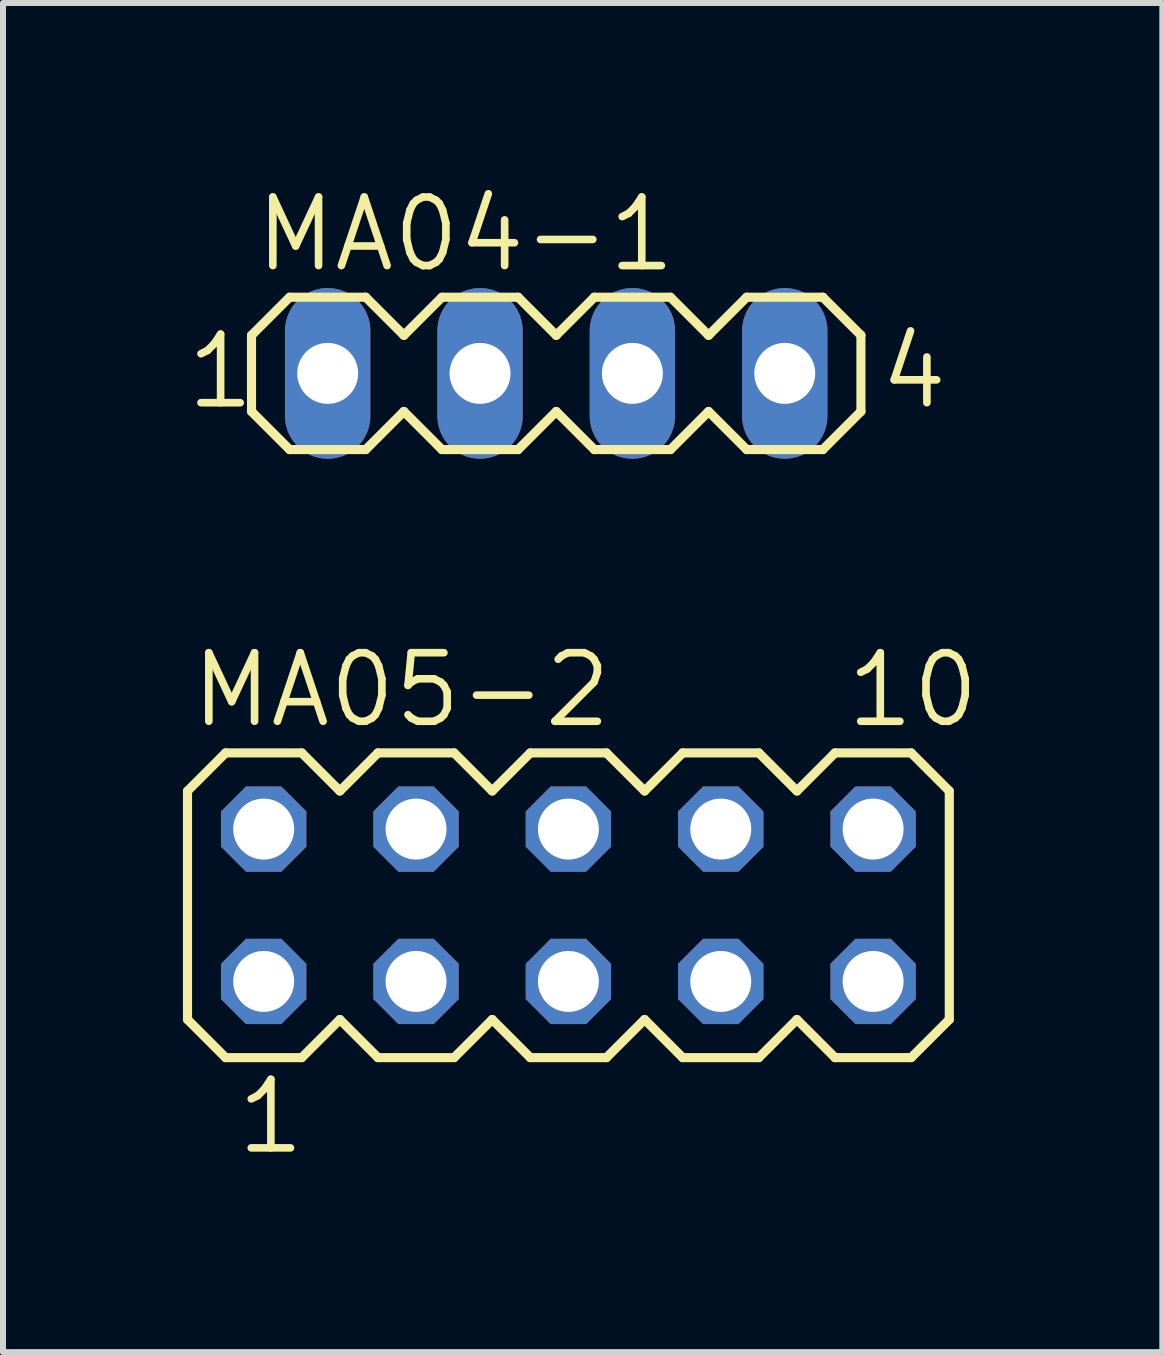
<source format=kicad_pcb>
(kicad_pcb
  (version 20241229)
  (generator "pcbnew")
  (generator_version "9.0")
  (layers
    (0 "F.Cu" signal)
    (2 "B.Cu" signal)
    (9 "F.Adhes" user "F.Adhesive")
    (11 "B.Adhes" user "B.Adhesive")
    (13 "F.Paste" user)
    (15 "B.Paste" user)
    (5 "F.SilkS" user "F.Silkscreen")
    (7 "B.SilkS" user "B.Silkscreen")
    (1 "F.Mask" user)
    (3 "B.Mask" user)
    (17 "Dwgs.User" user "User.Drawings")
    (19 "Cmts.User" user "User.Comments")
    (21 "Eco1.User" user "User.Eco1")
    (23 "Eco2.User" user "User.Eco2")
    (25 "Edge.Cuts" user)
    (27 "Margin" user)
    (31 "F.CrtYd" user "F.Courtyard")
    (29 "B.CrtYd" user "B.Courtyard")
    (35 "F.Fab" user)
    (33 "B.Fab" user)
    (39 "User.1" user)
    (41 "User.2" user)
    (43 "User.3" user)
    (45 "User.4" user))
  (footprint "MA04-1"
    (layer "F.Cu")
    (at 6.223 3.175)
    (property "Reference" "MA04-1" (at -5.08 -1.651 0) (layer "F.SilkS") (effects (font (size 1.143 1.143) (thickness 0.127)) (justify left bottom)))
    (fp_line (start -5.08 -0.635) (end -5.08 0.635) (stroke (width 0.152) (type solid)) (layer "F.SilkS"))
    (fp_line (start -5.08 0.635) (end -4.445 1.27) (stroke (width 0.152) (type solid)) (layer "F.SilkS"))
    (fp_line (start -4.445 -1.27) (end -5.08 -0.635) (stroke (width 0.152) (type solid)) (layer "F.SilkS"))
    (fp_line (start -4.445 -1.27) (end -3.175 -1.27) (stroke (width 0.152) (type solid)) (layer "F.SilkS"))
    (fp_line (start -3.175 -1.27) (end -2.54 -0.635) (stroke (width 0.152) (type solid)) (layer "F.SilkS"))
    (fp_line (start -3.175 1.27) (end -4.445 1.27) (stroke (width 0.152) (type solid)) (layer "F.SilkS"))
    (fp_line (start -2.54 -0.635) (end -1.905 -1.27) (stroke (width 0.152) (type solid)) (layer "F.SilkS"))
    (fp_line (start -2.54 0.635) (end -3.175 1.27) (stroke (width 0.152) (type solid)) (layer "F.SilkS"))
    (fp_line (start -1.905 -1.27) (end -0.635 -1.27) (stroke (width 0.152) (type solid)) (layer "F.SilkS"))
    (fp_line (start -1.905 1.27) (end -2.54 0.635) (stroke (width 0.152) (type solid)) (layer "F.SilkS"))
    (fp_line (start -0.635 -1.27) (end 0 -0.635) (stroke (width 0.152) (type solid)) (layer "F.SilkS"))
    (fp_line (start -0.635 1.27) (end -1.905 1.27) (stroke (width 0.152) (type solid)) (layer "F.SilkS"))
    (fp_line (start 0 -0.635) (end 0.635 -1.27) (stroke (width 0.152) (type solid)) (layer "F.SilkS"))
    (fp_line (start 0 0.635) (end -0.635 1.27) (stroke (width 0.152) (type solid)) (layer "F.SilkS"))
    (fp_line (start 0.635 -1.27) (end 1.905 -1.27) (stroke (width 0.152) (type solid)) (layer "F.SilkS"))
    (fp_line (start 0.635 1.27) (end 0 0.635) (stroke (width 0.152) (type solid)) (layer "F.SilkS"))
    (fp_line (start 1.905 -1.27) (end 2.54 -0.635) (stroke (width 0.152) (type solid)) (layer "F.SilkS"))
    (fp_line (start 1.905 1.27) (end 0.635 1.27) (stroke (width 0.152) (type solid)) (layer "F.SilkS"))
    (fp_line (start 2.54 0.635) (end 1.905 1.27) (stroke (width 0.152) (type solid)) (layer "F.SilkS"))
    (fp_line (start 2.54 0.635) (end 3.175 1.27) (stroke (width 0.152) (type solid)) (layer "F.SilkS"))
    (fp_line (start 3.175 -1.27) (end 2.54 -0.635) (stroke (width 0.152) (type solid)) (layer "F.SilkS"))
    (fp_line (start 3.175 -1.27) (end 4.445 -1.27) (stroke (width 0.152) (type solid)) (layer "F.SilkS"))
    (fp_line (start 4.445 -1.27) (end 5.08 -0.635) (stroke (width 0.152) (type solid)) (layer "F.SilkS"))
    (fp_line (start 4.445 1.27) (end 3.175 1.27) (stroke (width 0.152) (type solid)) (layer "F.SilkS"))
    (fp_line (start 5.08 -0.635) (end 5.08 0.635) (stroke (width 0.152) (type solid)) (layer "F.SilkS"))
    (fp_line (start 5.08 0.635) (end 4.445 1.27) (stroke (width 0.152) (type solid)) (layer "F.SilkS"))
    (fp_poly (pts (xy -4.064 0.254) (xy -3.556 0.254) (xy -3.556 -0.254) (xy -4.064 -0.254)) (stroke (width 0.1) (type solid)) (fill no) (layer "F.Fab"))
    (fp_poly (pts (xy -1.524 0.254) (xy -1.016 0.254) (xy -1.016 -0.254) (xy -1.524 -0.254)) (stroke (width 0.1) (type solid)) (fill no) (layer "F.Fab"))
    (fp_poly (pts (xy 1.016 0.254) (xy 1.524 0.254) (xy 1.524 -0.254) (xy 1.016 -0.254)) (stroke (width 0.1) (type solid)) (fill no) (layer "F.Fab"))
    (fp_poly (pts (xy 3.556 0.254) (xy 4.064 0.254) (xy 4.064 -0.254) (xy 3.556 -0.254)) (stroke (width 0.1) (type solid)) (fill no) (layer "F.Fab"))
    (fp_text user "4" (at 5.334 0.635 0) (layer "F.SilkS") (effects (font (size 1.143 1.143) (thickness 0.127)) (justify left bottom)))
    (fp_text user "1" (at -6.223 0.635 0) (layer "F.SilkS") (effects (font (size 1.143 1.143) (thickness 0.127)) (justify left bottom)))
    (pad "1" thru_hole oval (at -3.81 0 90) (size 2.845 1.422) (drill 1.016) (layers "*.Cu" "*.Mask"))
    (pad "2" thru_hole oval (at -1.27 0 90) (size 2.845 1.422) (drill 1.016) (layers "*.Cu" "*.Mask"))
    (pad "3" thru_hole oval (at 1.27 0 90) (size 2.845 1.422) (drill 1.016) (layers "*.Cu" "*.Mask"))
    (pad "4" thru_hole oval (at 3.81 0 90) (size 2.845 1.422) (drill 1.016) (layers "*.Cu" "*.Mask")))
  (footprint "MA05-2"
    (layer "F.Cu")
    (at 6.426 12.042)
    (property "Reference" "MA05-2" (at -6.35 -2.921 0) (layer "F.SilkS") (effects (font (size 1.143 1.143) (thickness 0.127)) (justify left bottom)))
    (fp_line (start -6.35 -1.905) (end -6.35 1.905) (stroke (width 0.152) (type solid)) (layer "F.SilkS"))
    (fp_line (start -6.35 1.905) (end -5.715 2.54) (stroke (width 0.152) (type solid)) (layer "F.SilkS"))
    (fp_line (start -5.715 -2.54) (end -6.35 -1.905) (stroke (width 0.152) (type solid)) (layer "F.SilkS"))
    (fp_line (start -5.715 -2.54) (end -4.445 -2.54) (stroke (width 0.152) (type solid)) (layer "F.SilkS"))
    (fp_line (start -4.445 -2.54) (end -3.81 -1.905) (stroke (width 0.152) (type solid)) (layer "F.SilkS"))
    (fp_line (start -4.445 2.54) (end -5.715 2.54) (stroke (width 0.152) (type solid)) (layer "F.SilkS"))
    (fp_line (start -3.81 -1.905) (end -3.175 -2.54) (stroke (width 0.152) (type solid)) (layer "F.SilkS"))
    (fp_line (start -3.81 1.905) (end -4.445 2.54) (stroke (width 0.152) (type solid)) (layer "F.SilkS"))
    (fp_line (start -3.175 -2.54) (end -1.905 -2.54) (stroke (width 0.152) (type solid)) (layer "F.SilkS"))
    (fp_line (start -3.175 2.54) (end -3.81 1.905) (stroke (width 0.152) (type solid)) (layer "F.SilkS"))
    (fp_line (start -1.905 -2.54) (end -1.27 -1.905) (stroke (width 0.152) (type solid)) (layer "F.SilkS"))
    (fp_line (start -1.905 2.54) (end -3.175 2.54) (stroke (width 0.152) (type solid)) (layer "F.SilkS"))
    (fp_line (start -1.27 -1.905) (end -0.635 -2.54) (stroke (width 0.152) (type solid)) (layer "F.SilkS"))
    (fp_line (start -1.27 1.905) (end -1.905 2.54) (stroke (width 0.152) (type solid)) (layer "F.SilkS"))
    (fp_line (start -0.635 -2.54) (end 0.635 -2.54) (stroke (width 0.152) (type solid)) (layer "F.SilkS"))
    (fp_line (start -0.635 2.54) (end -1.27 1.905) (stroke (width 0.152) (type solid)) (layer "F.SilkS"))
    (fp_line (start 0.635 -2.54) (end 1.27 -1.905) (stroke (width 0.152) (type solid)) (layer "F.SilkS"))
    (fp_line (start 0.635 2.54) (end -0.635 2.54) (stroke (width 0.152) (type solid)) (layer "F.SilkS"))
    (fp_line (start 1.27 1.905) (end 0.635 2.54) (stroke (width 0.152) (type solid)) (layer "F.SilkS"))
    (fp_line (start 1.27 1.905) (end 1.905 2.54) (stroke (width 0.152) (type solid)) (layer "F.SilkS"))
    (fp_line (start 1.905 -2.54) (end 1.27 -1.905) (stroke (width 0.152) (type solid)) (layer "F.SilkS"))
    (fp_line (start 1.905 -2.54) (end 3.175 -2.54) (stroke (width 0.152) (type solid)) (layer "F.SilkS"))
    (fp_line (start 3.175 -2.54) (end 3.81 -1.905) (stroke (width 0.152) (type solid)) (layer "F.SilkS"))
    (fp_line (start 3.175 2.54) (end 1.905 2.54) (stroke (width 0.152) (type solid)) (layer "F.SilkS"))
    (fp_line (start 3.81 -1.905) (end 4.445 -2.54) (stroke (width 0.152) (type solid)) (layer "F.SilkS"))
    (fp_line (start 3.81 1.905) (end 3.175 2.54) (stroke (width 0.152) (type solid)) (layer "F.SilkS"))
    (fp_line (start 4.445 -2.54) (end 5.715 -2.54) (stroke (width 0.152) (type solid)) (layer "F.SilkS"))
    (fp_line (start 4.445 2.54) (end 3.81 1.905) (stroke (width 0.152) (type solid)) (layer "F.SilkS"))
    (fp_line (start 5.715 -2.54) (end 6.35 -1.905) (stroke (width 0.152) (type solid)) (layer "F.SilkS"))
    (fp_line (start 5.715 2.54) (end 4.445 2.54) (stroke (width 0.152) (type solid)) (layer "F.SilkS"))
    (fp_line (start 6.35 -1.905) (end 6.35 1.905) (stroke (width 0.152) (type solid)) (layer "F.SilkS"))
    (fp_line (start 6.35 1.905) (end 5.715 2.54) (stroke (width 0.152) (type solid)) (layer "F.SilkS"))
    (fp_poly (pts (xy -5.334 -1.016) (xy -4.826 -1.016) (xy -4.826 -1.524) (xy -5.334 -1.524)) (stroke (width 0.1) (type solid)) (fill no) (layer "F.Fab"))
    (fp_poly (pts (xy -5.334 1.524) (xy -4.826 1.524) (xy -4.826 1.016) (xy -5.334 1.016)) (stroke (width 0.1) (type solid)) (fill no) (layer "F.Fab"))
    (fp_poly (pts (xy -2.794 -1.016) (xy -2.286 -1.016) (xy -2.286 -1.524) (xy -2.794 -1.524)) (stroke (width 0.1) (type solid)) (fill no) (layer "F.Fab"))
    (fp_poly (pts (xy -2.794 1.524) (xy -2.286 1.524) (xy -2.286 1.016) (xy -2.794 1.016)) (stroke (width 0.1) (type solid)) (fill no) (layer "F.Fab"))
    (fp_poly (pts (xy -0.254 -1.016) (xy 0.254 -1.016) (xy 0.254 -1.524) (xy -0.254 -1.524)) (stroke (width 0.1) (type solid)) (fill no) (layer "F.Fab"))
    (fp_poly (pts (xy -0.254 1.524) (xy 0.254 1.524) (xy 0.254 1.016) (xy -0.254 1.016)) (stroke (width 0.1) (type solid)) (fill no) (layer "F.Fab"))
    (fp_poly (pts (xy 2.286 -1.016) (xy 2.794 -1.016) (xy 2.794 -1.524) (xy 2.286 -1.524)) (stroke (width 0.1) (type solid)) (fill no) (layer "F.Fab"))
    (fp_poly (pts (xy 2.286 1.524) (xy 2.794 1.524) (xy 2.794 1.016) (xy 2.286 1.016)) (stroke (width 0.1) (type solid)) (fill no) (layer "F.Fab"))
    (fp_poly (pts (xy 4.826 -1.016) (xy 5.334 -1.016) (xy 5.334 -1.524) (xy 4.826 -1.524)) (stroke (width 0.1) (type solid)) (fill no) (layer "F.Fab"))
    (fp_poly (pts (xy 4.826 1.524) (xy 5.334 1.524) (xy 5.334 1.016) (xy 4.826 1.016)) (stroke (width 0.1) (type solid)) (fill no) (layer "F.Fab"))
    (fp_text user "1" (at -5.588 4.191 0) (layer "F.SilkS") (effects (font (size 1.143 1.143) (thickness 0.127)) (justify left bottom)))
    (fp_text user "10" (at 4.572 -2.921 0) (layer "F.SilkS") (effects (font (size 1.143 1.143) (thickness 0.127)) (justify left bottom)))
    (pad "1" thru_hole roundrect (at -5.08 1.27) (size 1.422 1.422) (drill 1.016) (layers "*.Cu" "*.Mask") (roundrect_rratio 0.25) (chamfer_ratio 0.293) (chamfer top_left top_right bottom_left bottom_right))
    (pad "2" thru_hole roundrect (at -5.08 -1.27) (size 1.422 1.422) (drill 1.016) (layers "*.Cu" "*.Mask") (roundrect_rratio 0.25) (chamfer_ratio 0.293) (chamfer top_left top_right bottom_left bottom_right))
    (pad "3" thru_hole roundrect (at -2.54 1.27) (size 1.422 1.422) (drill 1.016) (layers "*.Cu" "*.Mask") (roundrect_rratio 0.25) (chamfer_ratio 0.293) (chamfer top_left top_right bottom_left bottom_right))
    (pad "4" thru_hole roundrect (at -2.54 -1.27) (size 1.422 1.422) (drill 1.016) (layers "*.Cu" "*.Mask") (roundrect_rratio 0.25) (chamfer_ratio 0.293) (chamfer top_left top_right bottom_left bottom_right))
    (pad "5" thru_hole roundrect (at 0 1.27) (size 1.422 1.422) (drill 1.016) (layers "*.Cu" "*.Mask") (roundrect_rratio 0.25) (chamfer_ratio 0.293) (chamfer top_left top_right bottom_left bottom_right))
    (pad "6" thru_hole roundrect (at 0 -1.27) (size 1.422 1.422) (drill 1.016) (layers "*.Cu" "*.Mask") (roundrect_rratio 0.25) (chamfer_ratio 0.293) (chamfer top_left top_right bottom_left bottom_right))
    (pad "7" thru_hole roundrect (at 2.54 1.27) (size 1.422 1.422) (drill 1.016) (layers "*.Cu" "*.Mask") (roundrect_rratio 0.25) (chamfer_ratio 0.293) (chamfer top_left top_right bottom_left bottom_right))
    (pad "8" thru_hole roundrect (at 2.54 -1.27) (size 1.422 1.422) (drill 1.016) (layers "*.Cu" "*.Mask") (roundrect_rratio 0.25) (chamfer_ratio 0.293) (chamfer top_left top_right bottom_left bottom_right))
    (pad "9" thru_hole roundrect (at 5.08 1.27) (size 1.422 1.422) (drill 1.016) (layers "*.Cu" "*.Mask") (roundrect_rratio 0.25) (chamfer_ratio 0.293) (chamfer top_left top_right bottom_left bottom_right))
    (pad "10" thru_hole roundrect (at 5.08 -1.27) (size 1.422 1.422) (drill 1.016) (layers "*.Cu" "*.Mask") (roundrect_rratio 0.25) (chamfer_ratio 0.293) (chamfer top_left top_right bottom_left bottom_right)))
  (gr_rect
    (start -3 -3)
    (end 16.328 19.492)
    (stroke (width 0.1) (type default))
    (fill no)
    (layer "Edge.Cuts")))
</source>
